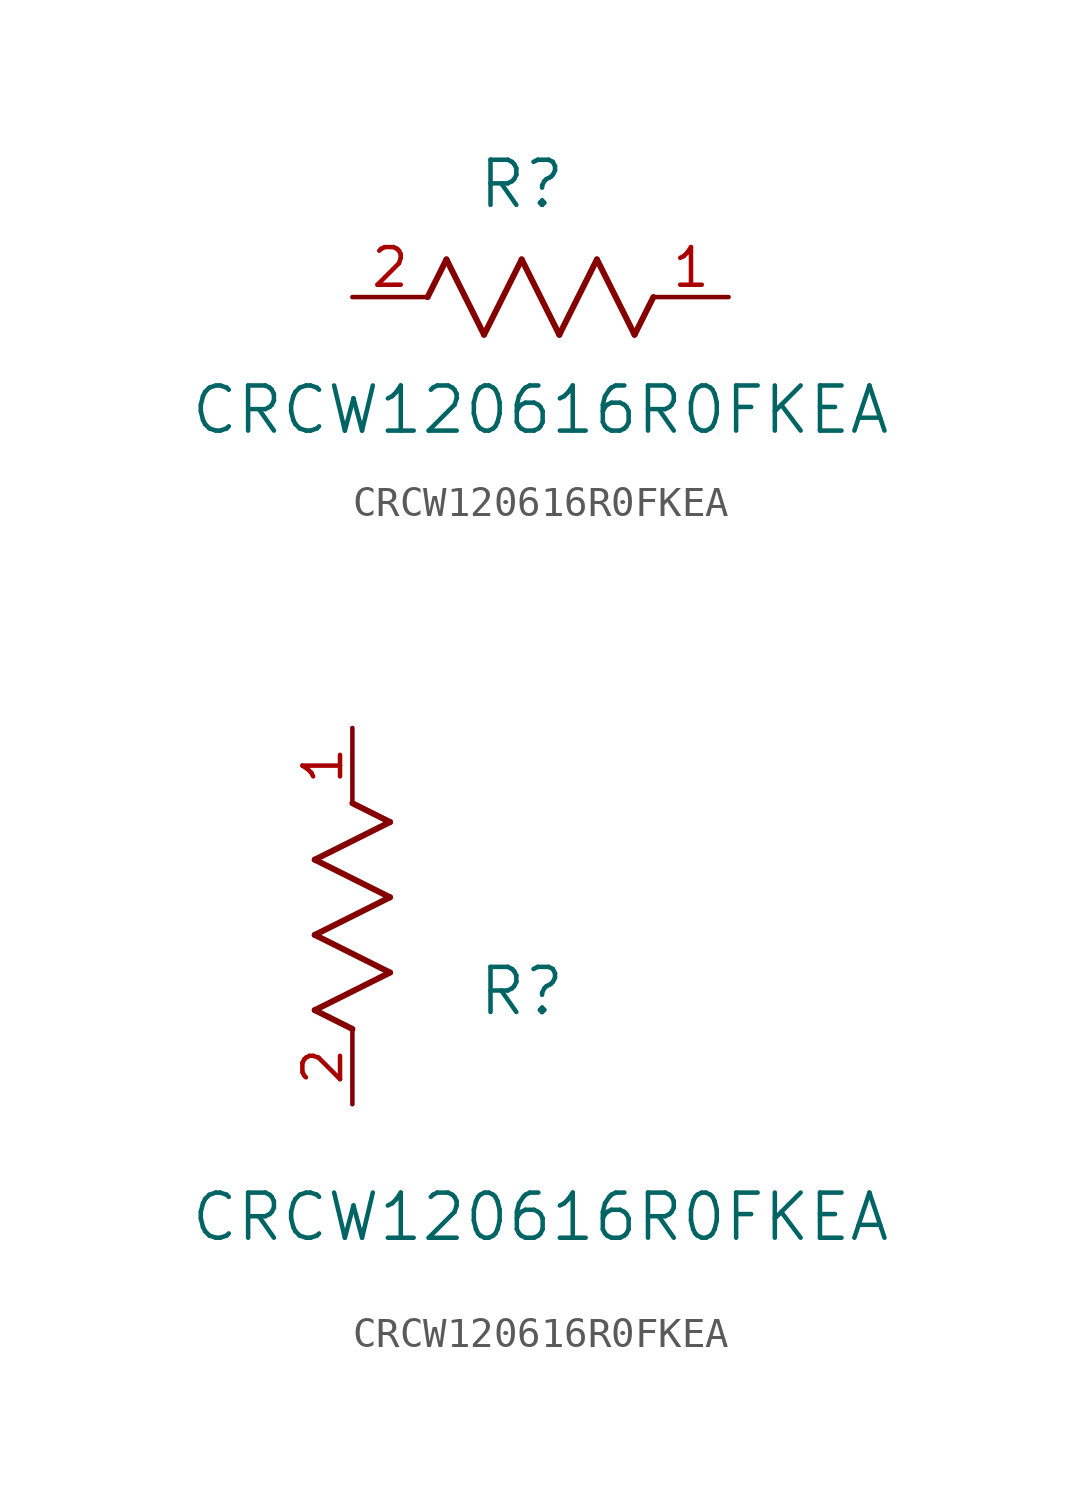
<source format=kicad_sym>
(kicad_symbol_lib
  (version 20211014)
  (generator kicad_symbol_editor)
  (symbol "CRCW120616R0FKEA"
    (pin_names
      (offset 0.254))
    (property "Reference" "R"
      (at 5.715 3.81 0)
      (effects (font (size 1.524 1.524))))
    (property "Value" "CRCW120616R0FKEA"
      (at 6.35 -3.81 0)
      (effects (font (size 1.524 1.524))))
    (symbol "CRCW120616R0FKEA_1_1"
      (polyline (pts (xy 3.175 1.27) (xy 4.445 -1.27)) (stroke (width 0.203) (type default) (color 0 0 0 0)) (fill (type none)))
      (polyline (pts (xy 4.445 -1.27) (xy 5.715 1.27)) (stroke (width 0.203) (type default) (color 0 0 0 0)) (fill (type none)))
      (polyline (pts (xy 5.715 1.27) (xy 6.985 -1.27)) (stroke (width 0.203) (type default) (color 0 0 0 0)) (fill (type none)))
      (polyline (pts (xy 6.985 -1.27) (xy 8.255 1.27)) (stroke (width 0.203) (type default) (color 0 0 0 0)) (fill (type none)))
      (polyline (pts (xy 8.255 1.27) (xy 9.525 -1.27)) (stroke (width 0.203) (type default) (color 0 0 0 0)) (fill (type none)))
      (polyline (pts (xy 2.54 0) (xy 3.175 1.27)) (stroke (width 0.203) (type default) (color 0 0 0 0)) (fill (type none)))
      (polyline (pts (xy 9.525 -1.27) (xy 10.16 0)) (stroke (width 0.203) (type default) (color 0 0 0 0)) (fill (type none)))
      (pin unspecified line (at 12.7 0 180) (length 2.54) (name "" (effects (font (size 1.27 1.27)))) (number "1" (effects (font (size 1.27 1.27)))))
      (pin unspecified line (at 0 0 0) (length 2.54) (name "" (effects (font (size 1.27 1.27)))) (number "2" (effects (font (size 1.27 1.27))))))
    (symbol "CRCW120616R0FKEA_1_2"
      (polyline (pts (xy 0 2.54) (xy -1.27 3.175)) (stroke (width 0.203) (type default) (color 0 0 0 0)) (fill (type none)))
      (polyline (pts (xy -1.27 3.175) (xy 1.27 4.445)) (stroke (width 0.203) (type default) (color 0 0 0 0)) (fill (type none)))
      (polyline (pts (xy 1.27 4.445) (xy -1.27 5.715)) (stroke (width 0.203) (type default) (color 0 0 0 0)) (fill (type none)))
      (polyline (pts (xy -1.27 5.715) (xy 1.27 6.985)) (stroke (width 0.203) (type default) (color 0 0 0 0)) (fill (type none)))
      (polyline (pts (xy -1.27 8.255) (xy 1.27 9.525)) (stroke (width 0.203) (type default) (color 0 0 0 0)) (fill (type none)))
      (polyline (pts (xy 1.27 9.525) (xy 0 10.16)) (stroke (width 0.203) (type default) (color 0 0 0 0)) (fill (type none)))
      (polyline (pts (xy 1.27 6.985) (xy -1.27 8.255)) (stroke (width 0.203) (type default) (color 0 0 0 0)) (fill (type none)))
      (pin unspecified line (at 0 12.7 270) (length 2.54) (name "" (effects (font (size 1.27 1.27)))) (number "1" (effects (font (size 1.27 1.27)))))
      (pin unspecified line (at 0 0 90) (length 2.54) (name "" (effects (font (size 1.27 1.27)))) (number "2" (effects (font (size 1.27 1.27))))))))
</source>
